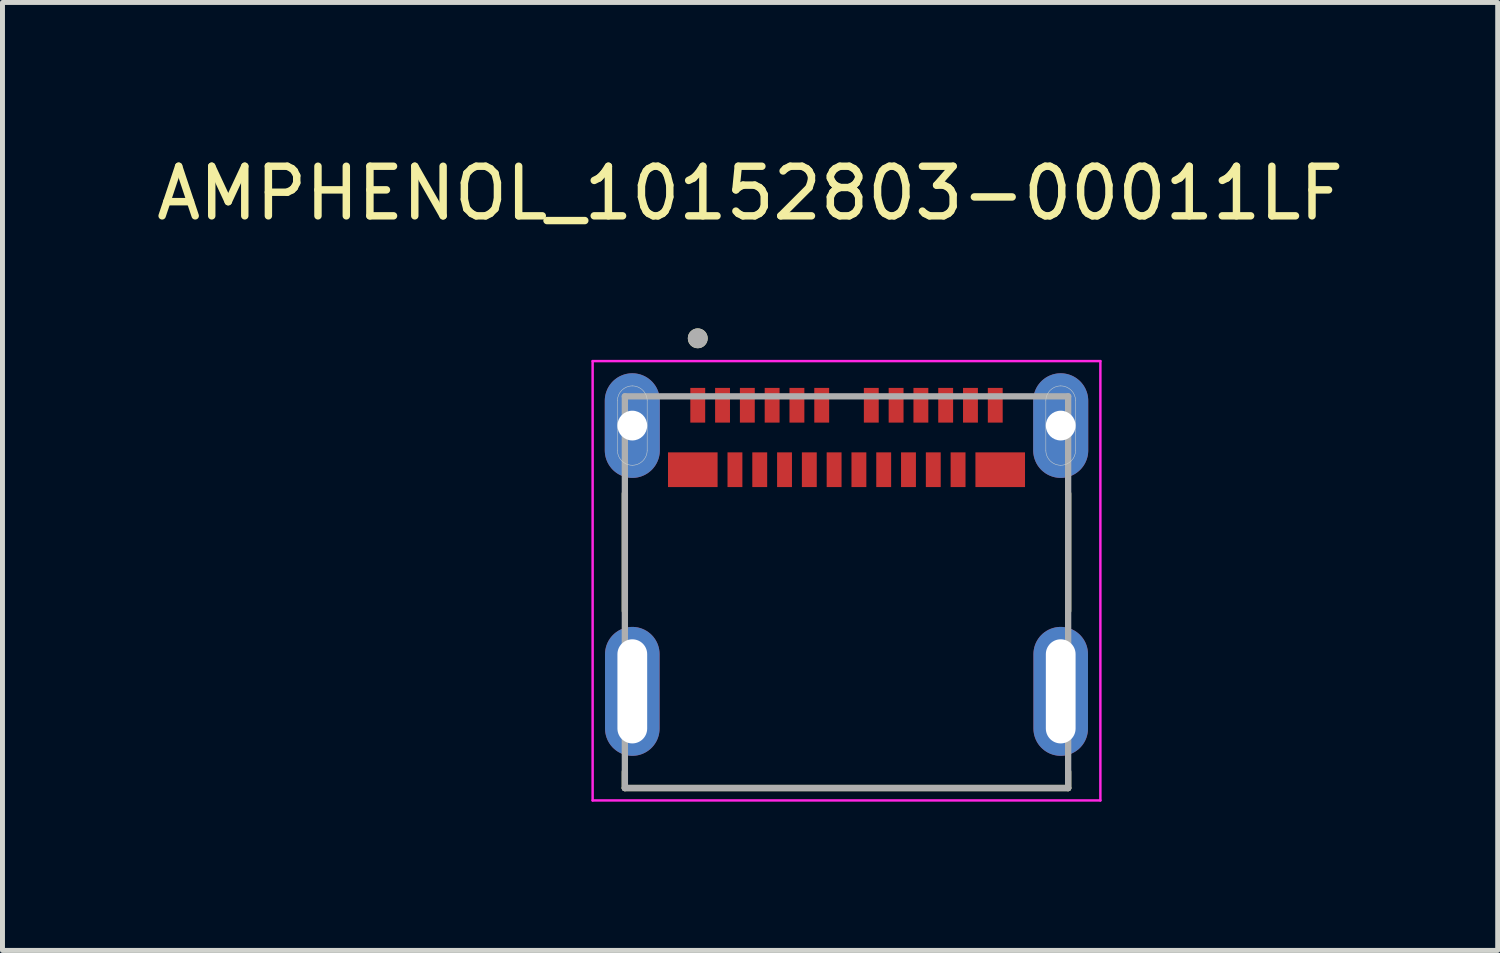
<source format=kicad_pcb>
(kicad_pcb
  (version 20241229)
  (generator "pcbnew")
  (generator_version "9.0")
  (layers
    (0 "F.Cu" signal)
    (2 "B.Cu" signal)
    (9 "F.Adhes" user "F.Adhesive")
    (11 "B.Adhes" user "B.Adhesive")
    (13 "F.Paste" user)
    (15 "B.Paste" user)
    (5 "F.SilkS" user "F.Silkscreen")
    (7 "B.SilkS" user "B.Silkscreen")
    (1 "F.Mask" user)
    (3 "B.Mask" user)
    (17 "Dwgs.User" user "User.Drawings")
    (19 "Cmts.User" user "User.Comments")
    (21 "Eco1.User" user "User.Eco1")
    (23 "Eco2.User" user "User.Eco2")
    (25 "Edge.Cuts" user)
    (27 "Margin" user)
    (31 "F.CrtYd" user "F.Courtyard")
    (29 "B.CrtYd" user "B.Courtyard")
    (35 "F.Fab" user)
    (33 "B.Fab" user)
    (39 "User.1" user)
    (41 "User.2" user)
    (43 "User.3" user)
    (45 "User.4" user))
  (footprint "AMPHENOL_10152803-00011LF"
    (layer "F.Cu")
    (at 14.022 10.893)
    (property "Reference" "AMPHENOL_10152803-00011LF" (at -1.945 -10.045 0) (layer "F.SilkS") (effects (font (size 1 1) (thickness 0.15))))
    (attr smd)
    (fp_poly (pts (xy -3.6 -4.82) (xy -2.6 -4.82) (xy -2.6 -4.12) (xy -3.6 -4.12)) (stroke (width 0.01) (type solid)) (fill yes) (layer "F.Mask"))
    (fp_poly (pts (xy -3.15 -6.12) (xy -2.85 -6.12) (xy -2.85 -5.42) (xy -3.15 -5.42)) (stroke (width 0.01) (type solid)) (fill yes) (layer "F.Mask"))
    (fp_poly (pts (xy -2.65 -6.12) (xy -2.35 -6.12) (xy -2.35 -5.42) (xy -2.65 -5.42)) (stroke (width 0.01) (type solid)) (fill yes) (layer "F.Mask"))
    (fp_poly (pts (xy -2.4 -4.82) (xy -2.1 -4.82) (xy -2.1 -4.12) (xy -2.4 -4.12)) (stroke (width 0.01) (type solid)) (fill yes) (layer "F.Mask"))
    (fp_poly (pts (xy -2.15 -6.12) (xy -1.85 -6.12) (xy -1.85 -5.42) (xy -2.15 -5.42)) (stroke (width 0.01) (type solid)) (fill yes) (layer "F.Mask"))
    (fp_poly (pts (xy -1.9 -4.82) (xy -1.6 -4.82) (xy -1.6 -4.12) (xy -1.9 -4.12)) (stroke (width 0.01) (type solid)) (fill yes) (layer "F.Mask"))
    (fp_poly (pts (xy -1.65 -6.12) (xy -1.35 -6.12) (xy -1.35 -5.42) (xy -1.65 -5.42)) (stroke (width 0.01) (type solid)) (fill yes) (layer "F.Mask"))
    (fp_poly (pts (xy -1.4 -4.82) (xy -1.1 -4.82) (xy -1.1 -4.12) (xy -1.4 -4.12)) (stroke (width 0.01) (type solid)) (fill yes) (layer "F.Mask"))
    (fp_poly (pts (xy -1.15 -6.12) (xy -0.85 -6.12) (xy -0.85 -5.42) (xy -1.15 -5.42)) (stroke (width 0.01) (type solid)) (fill yes) (layer "F.Mask"))
    (fp_poly (pts (xy -0.9 -4.82) (xy -0.6 -4.82) (xy -0.6 -4.12) (xy -0.9 -4.12)) (stroke (width 0.01) (type solid)) (fill yes) (layer "F.Mask"))
    (fp_poly (pts (xy -0.65 -6.12) (xy -0.35 -6.12) (xy -0.35 -5.42) (xy -0.65 -5.42)) (stroke (width 0.01) (type solid)) (fill yes) (layer "F.Mask"))
    (fp_poly (pts (xy -0.4 -4.82) (xy -0.1 -4.82) (xy -0.1 -4.12) (xy -0.4 -4.12)) (stroke (width 0.01) (type solid)) (fill yes) (layer "F.Mask"))
    (fp_poly (pts (xy 0.1 -4.82) (xy 0.4 -4.82) (xy 0.4 -4.12) (xy 0.1 -4.12)) (stroke (width 0.01) (type solid)) (fill yes) (layer "F.Mask"))
    (fp_poly (pts (xy 0.35 -6.12) (xy 0.65 -6.12) (xy 0.65 -5.42) (xy 0.35 -5.42)) (stroke (width 0.01) (type solid)) (fill yes) (layer "F.Mask"))
    (fp_poly (pts (xy 0.6 -4.82) (xy 0.9 -4.82) (xy 0.9 -4.12) (xy 0.6 -4.12)) (stroke (width 0.01) (type solid)) (fill yes) (layer "F.Mask"))
    (fp_poly (pts (xy 0.85 -6.12) (xy 1.15 -6.12) (xy 1.15 -5.42) (xy 0.85 -5.42)) (stroke (width 0.01) (type solid)) (fill yes) (layer "F.Mask"))
    (fp_poly (pts (xy 1.1 -4.82) (xy 1.4 -4.82) (xy 1.4 -4.12) (xy 1.1 -4.12)) (stroke (width 0.01) (type solid)) (fill yes) (layer "F.Mask"))
    (fp_poly (pts (xy 1.35 -6.12) (xy 1.65 -6.12) (xy 1.65 -5.42) (xy 1.35 -5.42)) (stroke (width 0.01) (type solid)) (fill yes) (layer "F.Mask"))
    (fp_poly (pts (xy 1.6 -4.82) (xy 1.9 -4.82) (xy 1.9 -4.12) (xy 1.6 -4.12)) (stroke (width 0.01) (type solid)) (fill yes) (layer "F.Mask"))
    (fp_poly (pts (xy 1.85 -6.12) (xy 2.15 -6.12) (xy 2.15 -5.42) (xy 1.85 -5.42)) (stroke (width 0.01) (type solid)) (fill yes) (layer "F.Mask"))
    (fp_poly (pts (xy 2.1 -4.82) (xy 2.4 -4.82) (xy 2.4 -4.12) (xy 2.1 -4.12)) (stroke (width 0.01) (type solid)) (fill yes) (layer "F.Mask"))
    (fp_poly (pts (xy 2.35 -6.12) (xy 2.65 -6.12) (xy 2.65 -5.42) (xy 2.35 -5.42)) (stroke (width 0.01) (type solid)) (fill yes) (layer "F.Mask"))
    (fp_poly (pts (xy 2.6 -4.82) (xy 3.6 -4.82) (xy 3.6 -4.12) (xy 2.6 -4.12)) (stroke (width 0.01) (type solid)) (fill yes) (layer "F.Mask"))
    (fp_poly (pts (xy 2.85 -6.12) (xy 3.15 -6.12) (xy 3.15 -5.42) (xy 2.85 -5.42)) (stroke (width 0.01) (type solid)) (fill yes) (layer "F.Mask"))
    (fp_poly (pts (xy -4.92 -5.41) (xy -4.92 -5.86) (xy -4.919 -5.891) (xy -4.917 -5.923) (xy -4.913 -5.954) (xy -4.907 -5.985) (xy -4.9 -6.015) (xy -4.891 -6.045) (xy -4.88 -6.075) (xy -4.868 -6.104) (xy -4.855 -6.132) (xy -4.84 -6.16) (xy -4.823 -6.187) (xy -4.805 -6.213) (xy -4.786 -6.238) (xy -4.766 -6.261) (xy -4.744 -6.284) (xy -4.721 -6.306) (xy -4.698 -6.326) (xy -4.673 -6.345) (xy -4.647 -6.363) (xy -4.62 -6.38) (xy -4.592 -6.395) (xy -4.564 -6.408) (xy -4.535 -6.42) (xy -4.505 -6.431) (xy -4.475 -6.44) (xy -4.445 -6.447) (xy -4.414 -6.453) (xy -4.383 -6.457) (xy -4.351 -6.459) (xy -4.32 -6.46) (xy -4.289 -6.459) (xy -4.257 -6.457) (xy -4.226 -6.453) (xy -4.195 -6.447) (xy -4.165 -6.44) (xy -4.135 -6.431) (xy -4.105 -6.42) (xy -4.076 -6.408) (xy -4.048 -6.395) (xy -4.02 -6.38) (xy -3.993 -6.363) (xy -3.967 -6.345) (xy -3.942 -6.326) (xy -3.919 -6.306) (xy -3.896 -6.284) (xy -3.874 -6.261) (xy -3.854 -6.238) (xy -3.835 -6.213) (xy -3.817 -6.187) (xy -3.8 -6.16) (xy -3.785 -6.132) (xy -3.772 -6.104) (xy -3.76 -6.075) (xy -3.749 -6.045) (xy -3.74 -6.015) (xy -3.733 -5.985) (xy -3.727 -5.954) (xy -3.723 -5.923) (xy -3.721 -5.891) (xy -3.72 -5.86) (xy -3.72 -5.36) (xy -3.72 -4.86) (xy -3.721 -4.829) (xy -3.723 -4.797) (xy -3.727 -4.766) (xy -3.733 -4.735) (xy -3.74 -4.705) (xy -3.749 -4.675) (xy -3.76 -4.645) (xy -3.772 -4.616) (xy -3.785 -4.588) (xy -3.8 -4.56) (xy -3.817 -4.533) (xy -3.835 -4.507) (xy -3.854 -4.482) (xy -3.874 -4.459) (xy -3.896 -4.436) (xy -3.919 -4.414) (xy -3.942 -4.394) (xy -3.967 -4.375) (xy -3.993 -4.357) (xy -4.02 -4.34) (xy -4.048 -4.325) (xy -4.076 -4.312) (xy -4.105 -4.3) (xy -4.135 -4.289) (xy -4.165 -4.28) (xy -4.195 -4.273) (xy -4.226 -4.267) (xy -4.257 -4.263) (xy -4.289 -4.261) (xy -4.32 -4.26) (xy -4.351 -4.261) (xy -4.383 -4.263) (xy -4.414 -4.267) (xy -4.445 -4.273) (xy -4.475 -4.28) (xy -4.505 -4.289) (xy -4.535 -4.3) (xy -4.564 -4.312) (xy -4.592 -4.325) (xy -4.62 -4.34) (xy -4.647 -4.357) (xy -4.673 -4.375) (xy -4.698 -4.394) (xy -4.721 -4.414) (xy -4.744 -4.436) (xy -4.766 -4.459) (xy -4.786 -4.482) (xy -4.805 -4.507) (xy -4.823 -4.533) (xy -4.84 -4.56) (xy -4.855 -4.588) (xy -4.868 -4.616) (xy -4.88 -4.645) (xy -4.891 -4.675) (xy -4.9 -4.705) (xy -4.907 -4.735) (xy -4.913 -4.766) (xy -4.917 -4.797) (xy -4.919 -4.829) (xy -4.92 -4.86) (xy -4.92 -5.41)) (stroke (width 0.01) (type solid)) (fill yes) (layer "F.Mask"))
    (fp_poly (pts (xy 3.72 -5.41) (xy 3.72 -5.86) (xy 3.721 -5.891) (xy 3.723 -5.923) (xy 3.727 -5.954) (xy 3.733 -5.985) (xy 3.74 -6.015) (xy 3.749 -6.045) (xy 3.76 -6.075) (xy 3.772 -6.104) (xy 3.785 -6.132) (xy 3.8 -6.16) (xy 3.817 -6.187) (xy 3.835 -6.213) (xy 3.854 -6.238) (xy 3.874 -6.261) (xy 3.896 -6.284) (xy 3.919 -6.306) (xy 3.942 -6.326) (xy 3.967 -6.345) (xy 3.993 -6.363) (xy 4.02 -6.38) (xy 4.048 -6.395) (xy 4.076 -6.408) (xy 4.105 -6.42) (xy 4.135 -6.431) (xy 4.165 -6.44) (xy 4.195 -6.447) (xy 4.226 -6.453) (xy 4.257 -6.457) (xy 4.289 -6.459) (xy 4.32 -6.46) (xy 4.351 -6.459) (xy 4.383 -6.457) (xy 4.414 -6.453) (xy 4.445 -6.447) (xy 4.475 -6.44) (xy 4.505 -6.431) (xy 4.535 -6.42) (xy 4.564 -6.408) (xy 4.592 -6.395) (xy 4.62 -6.38) (xy 4.647 -6.363) (xy 4.673 -6.345) (xy 4.698 -6.326) (xy 4.721 -6.306) (xy 4.744 -6.284) (xy 4.766 -6.261) (xy 4.786 -6.238) (xy 4.805 -6.213) (xy 4.823 -6.187) (xy 4.84 -6.16) (xy 4.855 -6.132) (xy 4.868 -6.104) (xy 4.88 -6.075) (xy 4.891 -6.045) (xy 4.9 -6.015) (xy 4.907 -5.985) (xy 4.913 -5.954) (xy 4.917 -5.923) (xy 4.919 -5.891) (xy 4.92 -5.86) (xy 4.92 -5.36) (xy 4.92 -4.86) (xy 4.919 -4.829) (xy 4.917 -4.797) (xy 4.913 -4.766) (xy 4.907 -4.735) (xy 4.9 -4.705) (xy 4.891 -4.675) (xy 4.88 -4.645) (xy 4.868 -4.616) (xy 4.855 -4.588) (xy 4.84 -4.56) (xy 4.823 -4.533) (xy 4.805 -4.507) (xy 4.786 -4.482) (xy 4.766 -4.459) (xy 4.744 -4.436) (xy 4.721 -4.414) (xy 4.698 -4.394) (xy 4.673 -4.375) (xy 4.647 -4.357) (xy 4.62 -4.34) (xy 4.592 -4.325) (xy 4.564 -4.312) (xy 4.535 -4.3) (xy 4.505 -4.289) (xy 4.475 -4.28) (xy 4.445 -4.273) (xy 4.414 -4.267) (xy 4.383 -4.263) (xy 4.351 -4.261) (xy 4.32 -4.26) (xy 4.289 -4.261) (xy 4.257 -4.263) (xy 4.226 -4.267) (xy 4.195 -4.273) (xy 4.165 -4.28) (xy 4.135 -4.289) (xy 4.105 -4.3) (xy 4.076 -4.312) (xy 4.048 -4.325) (xy 4.02 -4.34) (xy 3.993 -4.357) (xy 3.967 -4.375) (xy 3.942 -4.394) (xy 3.919 -4.414) (xy 3.896 -4.436) (xy 3.874 -4.459) (xy 3.854 -4.482) (xy 3.835 -4.507) (xy 3.817 -4.533) (xy 3.8 -4.56) (xy 3.785 -4.588) (xy 3.772 -4.616) (xy 3.76 -4.645) (xy 3.749 -4.675) (xy 3.74 -4.705) (xy 3.733 -4.735) (xy 3.727 -4.766) (xy 3.723 -4.797) (xy 3.721 -4.829) (xy 3.72 -4.86) (xy 3.72 -5.41)) (stroke (width 0.01) (type solid)) (fill yes) (layer "F.Mask"))
    (fp_poly (pts (xy -4.92 -5.41) (xy -4.92 -5.86) (xy -4.919 -5.891) (xy -4.917 -5.923) (xy -4.913 -5.954) (xy -4.907 -5.985) (xy -4.9 -6.015) (xy -4.891 -6.045) (xy -4.88 -6.075) (xy -4.868 -6.104) (xy -4.855 -6.132) (xy -4.84 -6.16) (xy -4.823 -6.187) (xy -4.805 -6.213) (xy -4.786 -6.238) (xy -4.766 -6.261) (xy -4.744 -6.284) (xy -4.721 -6.306) (xy -4.698 -6.326) (xy -4.673 -6.345) (xy -4.647 -6.363) (xy -4.62 -6.38) (xy -4.592 -6.395) (xy -4.564 -6.408) (xy -4.535 -6.42) (xy -4.505 -6.431) (xy -4.475 -6.44) (xy -4.445 -6.447) (xy -4.414 -6.453) (xy -4.383 -6.457) (xy -4.351 -6.459) (xy -4.32 -6.46) (xy -4.289 -6.459) (xy -4.257 -6.457) (xy -4.226 -6.453) (xy -4.195 -6.447) (xy -4.165 -6.44) (xy -4.135 -6.431) (xy -4.105 -6.42) (xy -4.076 -6.408) (xy -4.048 -6.395) (xy -4.02 -6.38) (xy -3.993 -6.363) (xy -3.967 -6.345) (xy -3.942 -6.326) (xy -3.919 -6.306) (xy -3.896 -6.284) (xy -3.874 -6.261) (xy -3.854 -6.238) (xy -3.835 -6.213) (xy -3.817 -6.187) (xy -3.8 -6.16) (xy -3.785 -6.132) (xy -3.772 -6.104) (xy -3.76 -6.075) (xy -3.749 -6.045) (xy -3.74 -6.015) (xy -3.733 -5.985) (xy -3.727 -5.954) (xy -3.723 -5.923) (xy -3.721 -5.891) (xy -3.72 -5.86) (xy -3.72 -5.36) (xy -3.72 -4.86) (xy -3.721 -4.829) (xy -3.723 -4.797) (xy -3.727 -4.766) (xy -3.733 -4.735) (xy -3.74 -4.705) (xy -3.749 -4.675) (xy -3.76 -4.645) (xy -3.772 -4.616) (xy -3.785 -4.588) (xy -3.8 -4.56) (xy -3.817 -4.533) (xy -3.835 -4.507) (xy -3.854 -4.482) (xy -3.874 -4.459) (xy -3.896 -4.436) (xy -3.919 -4.414) (xy -3.942 -4.394) (xy -3.967 -4.375) (xy -3.993 -4.357) (xy -4.02 -4.34) (xy -4.048 -4.325) (xy -4.076 -4.312) (xy -4.105 -4.3) (xy -4.135 -4.289) (xy -4.165 -4.28) (xy -4.195 -4.273) (xy -4.226 -4.267) (xy -4.257 -4.263) (xy -4.289 -4.261) (xy -4.32 -4.26) (xy -4.351 -4.261) (xy -4.383 -4.263) (xy -4.414 -4.267) (xy -4.445 -4.273) (xy -4.475 -4.28) (xy -4.505 -4.289) (xy -4.535 -4.3) (xy -4.564 -4.312) (xy -4.592 -4.325) (xy -4.62 -4.34) (xy -4.647 -4.357) (xy -4.673 -4.375) (xy -4.698 -4.394) (xy -4.721 -4.414) (xy -4.744 -4.436) (xy -4.766 -4.459) (xy -4.786 -4.482) (xy -4.805 -4.507) (xy -4.823 -4.533) (xy -4.84 -4.56) (xy -4.855 -4.588) (xy -4.868 -4.616) (xy -4.88 -4.645) (xy -4.891 -4.675) (xy -4.9 -4.705) (xy -4.907 -4.735) (xy -4.913 -4.766) (xy -4.917 -4.797) (xy -4.919 -4.829) (xy -4.92 -4.86) (xy -4.92 -5.41)) (stroke (width 0.01) (type solid)) (fill yes) (layer "B.Mask"))
    (fp_poly (pts (xy 3.72 -5.41) (xy 3.72 -5.86) (xy 3.721 -5.891) (xy 3.723 -5.923) (xy 3.727 -5.954) (xy 3.733 -5.985) (xy 3.74 -6.015) (xy 3.749 -6.045) (xy 3.76 -6.075) (xy 3.772 -6.104) (xy 3.785 -6.132) (xy 3.8 -6.16) (xy 3.817 -6.187) (xy 3.835 -6.213) (xy 3.854 -6.238) (xy 3.874 -6.261) (xy 3.896 -6.284) (xy 3.919 -6.306) (xy 3.942 -6.326) (xy 3.967 -6.345) (xy 3.993 -6.363) (xy 4.02 -6.38) (xy 4.048 -6.395) (xy 4.076 -6.408) (xy 4.105 -6.42) (xy 4.135 -6.431) (xy 4.165 -6.44) (xy 4.195 -6.447) (xy 4.226 -6.453) (xy 4.257 -6.457) (xy 4.289 -6.459) (xy 4.32 -6.46) (xy 4.351 -6.459) (xy 4.383 -6.457) (xy 4.414 -6.453) (xy 4.445 -6.447) (xy 4.475 -6.44) (xy 4.505 -6.431) (xy 4.535 -6.42) (xy 4.564 -6.408) (xy 4.592 -6.395) (xy 4.62 -6.38) (xy 4.647 -6.363) (xy 4.673 -6.345) (xy 4.698 -6.326) (xy 4.721 -6.306) (xy 4.744 -6.284) (xy 4.766 -6.261) (xy 4.786 -6.238) (xy 4.805 -6.213) (xy 4.823 -6.187) (xy 4.84 -6.16) (xy 4.855 -6.132) (xy 4.868 -6.104) (xy 4.88 -6.075) (xy 4.891 -6.045) (xy 4.9 -6.015) (xy 4.907 -5.985) (xy 4.913 -5.954) (xy 4.917 -5.923) (xy 4.919 -5.891) (xy 4.92 -5.86) (xy 4.92 -5.36) (xy 4.92 -4.86) (xy 4.919 -4.829) (xy 4.917 -4.797) (xy 4.913 -4.766) (xy 4.907 -4.735) (xy 4.9 -4.705) (xy 4.891 -4.675) (xy 4.88 -4.645) (xy 4.868 -4.616) (xy 4.855 -4.588) (xy 4.84 -4.56) (xy 4.823 -4.533) (xy 4.805 -4.507) (xy 4.786 -4.482) (xy 4.766 -4.459) (xy 4.744 -4.436) (xy 4.721 -4.414) (xy 4.698 -4.394) (xy 4.673 -4.375) (xy 4.647 -4.357) (xy 4.62 -4.34) (xy 4.592 -4.325) (xy 4.564 -4.312) (xy 4.535 -4.3) (xy 4.505 -4.289) (xy 4.475 -4.28) (xy 4.445 -4.273) (xy 4.414 -4.267) (xy 4.383 -4.263) (xy 4.351 -4.261) (xy 4.32 -4.26) (xy 4.289 -4.261) (xy 4.257 -4.263) (xy 4.226 -4.267) (xy 4.195 -4.273) (xy 4.165 -4.28) (xy 4.135 -4.289) (xy 4.105 -4.3) (xy 4.076 -4.312) (xy 4.048 -4.325) (xy 4.02 -4.34) (xy 3.993 -4.357) (xy 3.967 -4.375) (xy 3.942 -4.394) (xy 3.919 -4.414) (xy 3.896 -4.436) (xy 3.874 -4.459) (xy 3.854 -4.482) (xy 3.835 -4.507) (xy 3.817 -4.533) (xy 3.8 -4.56) (xy 3.785 -4.588) (xy 3.772 -4.616) (xy 3.76 -4.645) (xy 3.749 -4.675) (xy 3.74 -4.705) (xy 3.733 -4.735) (xy 3.727 -4.766) (xy 3.723 -4.797) (xy 3.721 -4.829) (xy 3.72 -4.86) (xy 3.72 -5.41)) (stroke (width 0.01) (type solid)) (fill yes) (layer "B.Mask"))
    (fp_line (start -4.47 -3.99) (end -4.47 -1.62) (stroke (width 0.127) (type solid)) (layer "F.SilkS"))
    (fp_line (start -4.47 1.95) (end -4.47 1.62) (stroke (width 0.127) (type solid)) (layer "F.SilkS"))
    (fp_line (start -4.47 1.95) (end 4.47 1.95) (stroke (width 0.127) (type solid)) (layer "F.SilkS"))
    (fp_line (start 4.47 -3.99) (end 4.47 -1.62) (stroke (width 0.127) (type solid)) (layer "F.SilkS"))
    (fp_line (start 4.47 1.95) (end 4.47 1.62) (stroke (width 0.127) (type solid)) (layer "F.SilkS"))
    (fp_circle (center -3 -7.12) (end -2.9 -7.12) (stroke (width 0.2) (type solid)) (fill no) (layer "F.SilkS"))
    (fp_line (start -4.62 -4.86) (end -4.62 -5.86) (stroke (width 0.01) (type solid)) (layer "Edge.Cuts"))
    (fp_line (start -4.02 -5.86) (end -4.02 -4.86) (stroke (width 0.01) (type solid)) (layer "Edge.Cuts"))
    (fp_line (start 4.02 -4.86) (end 4.02 -5.86) (stroke (width 0.01) (type solid)) (layer "Edge.Cuts"))
    (fp_line (start 4.62 -5.86) (end 4.62 -4.86) (stroke (width 0.01) (type solid)) (layer "Edge.Cuts"))
    (fp_arc (start -4.62 -5.86) (mid -4.532132 -6.072132) (end -4.32 -6.16) (stroke (width 0.01) (type solid)) (layer "Edge.Cuts"))
    (fp_arc (start -4.32 -6.16) (mid -4.107868 -6.072132) (end -4.02 -5.86) (stroke (width 0.01) (type solid)) (layer "Edge.Cuts"))
    (fp_arc (start -4.32 -4.56) (mid -4.532132 -4.647868) (end -4.62 -4.86) (stroke (width 0.01) (type solid)) (layer "Edge.Cuts"))
    (fp_arc (start -4.02 -4.86) (mid -4.107868 -4.647868) (end -4.32 -4.56) (stroke (width 0.01) (type solid)) (layer "Edge.Cuts"))
    (fp_arc (start 4.02 -5.86) (mid 4.107868 -6.072132) (end 4.32 -6.16) (stroke (width 0.01) (type solid)) (layer "Edge.Cuts"))
    (fp_arc (start 4.32 -6.16) (mid 4.532132 -6.072132) (end 4.62 -5.86) (stroke (width 0.01) (type solid)) (layer "Edge.Cuts"))
    (fp_arc (start 4.32 -4.56) (mid 4.107868 -4.647868) (end 4.02 -4.86) (stroke (width 0.01) (type solid)) (layer "Edge.Cuts"))
    (fp_arc (start 4.62 -4.86) (mid 4.532132 -4.647868) (end 4.32 -4.56) (stroke (width 0.01) (type solid)) (layer "Edge.Cuts"))
    (fp_line (start -5.12 -6.66) (end -5.12 2.2) (stroke (width 0.05) (type solid)) (layer "F.CrtYd"))
    (fp_line (start -5.12 2.2) (end 5.12 2.2) (stroke (width 0.05) (type solid)) (layer "F.CrtYd"))
    (fp_line (start 5.12 -6.66) (end -5.12 -6.66) (stroke (width 0.05) (type solid)) (layer "F.CrtYd"))
    (fp_line (start 5.12 2.2) (end 5.12 -6.66) (stroke (width 0.05) (type solid)) (layer "F.CrtYd"))
    (fp_line (start -4.47 -5.95) (end -4.47 1.95) (stroke (width 0.127) (type solid)) (layer "F.Fab"))
    (fp_line (start -4.47 1.95) (end 4.47 1.95) (stroke (width 0.127) (type solid)) (layer "F.Fab"))
    (fp_line (start 4.47 -5.95) (end -4.47 -5.95) (stroke (width 0.127) (type solid)) (layer "F.Fab"))
    (fp_line (start 4.47 1.95) (end 4.47 -5.95) (stroke (width 0.127) (type solid)) (layer "F.Fab"))
    (fp_circle (center -3 -7.12) (end -2.9 -7.12) (stroke (width 0.2) (type solid)) (fill no) (layer "F.Fab"))
    (pad "A1" smd rect (at -3 -5.77) (size 0.3 0.7) (layers "F.Cu" "F.Paste"))
    (pad "A2" smd rect (at -2.5 -5.77) (size 0.3 0.7) (layers "F.Cu" "F.Paste"))
    (pad "A3" smd rect (at -2 -5.77) (size 0.3 0.7) (layers "F.Cu" "F.Paste"))
    (pad "A4" smd rect (at -1.5 -5.77) (size 0.3 0.7) (layers "F.Cu" "F.Paste"))
    (pad "A5" smd rect (at -1 -5.77) (size 0.3 0.7) (layers "F.Cu" "F.Paste"))
    (pad "A6" smd rect (at -0.5 -5.77) (size 0.3 0.7) (layers "F.Cu" "F.Paste"))
    (pad "A7" smd rect (at 0.5 -5.77) (size 0.3 0.7) (layers "F.Cu" "F.Paste"))
    (pad "A8" smd rect (at 1 -5.77) (size 0.3 0.7) (layers "F.Cu" "F.Paste"))
    (pad "A9" smd rect (at 1.5 -5.77) (size 0.3 0.7) (layers "F.Cu" "F.Paste"))
    (pad "A10" smd rect (at 2 -5.77) (size 0.3 0.7) (layers "F.Cu" "F.Paste"))
    (pad "A11" smd rect (at 2.5 -5.77) (size 0.3 0.7) (layers "F.Cu" "F.Paste"))
    (pad "A12" smd rect (at 3 -5.77) (size 0.3 0.7) (layers "F.Cu" "F.Paste"))
    (pad "B1" smd rect (at 3.1 -4.47) (size 1 0.7) (layers "F.Cu" "F.Paste"))
    (pad "B2" smd rect (at 2.25 -4.47) (size 0.3 0.7) (layers "F.Cu" "F.Paste"))
    (pad "B3" smd rect (at 1.75 -4.47) (size 0.3 0.7) (layers "F.Cu" "F.Paste"))
    (pad "B4" smd rect (at 1.25 -4.47) (size 0.3 0.7) (layers "F.Cu" "F.Paste"))
    (pad "B5" smd rect (at 0.75 -4.47) (size 0.3 0.7) (layers "F.Cu" "F.Paste"))
    (pad "B6" smd rect (at 0.25 -4.47) (size 0.3 0.7) (layers "F.Cu" "F.Paste"))
    (pad "B7" smd rect (at -0.25 -4.47) (size 0.3 0.7) (layers "F.Cu" "F.Paste"))
    (pad "B8" smd rect (at -0.75 -4.47) (size 0.3 0.7) (layers "F.Cu" "F.Paste"))
    (pad "B9" smd rect (at -1.25 -4.47) (size 0.3 0.7) (layers "F.Cu" "F.Paste"))
    (pad "B10" smd rect (at -1.75 -4.47) (size 0.3 0.7) (layers "F.Cu" "F.Paste"))
    (pad "B11" smd rect (at -2.25 -4.47) (size 0.3 0.7) (layers "F.Cu" "F.Paste"))
    (pad "B12" smd rect (at -3.1 -4.47) (size 1 0.7) (layers "F.Cu" "F.Paste"))
    (pad "S1" thru_hole oval (at -4.32 0) (size 1.1 2.6) (drill oval 0.6 2.1) (layers "*.Cu" "*.Mask"))
    (pad "S2" thru_hole oval (at 4.32 0) (size 1.1 2.6) (drill oval 0.6 2.1) (layers "*.Cu" "*.Mask"))
    (pad "S3" thru_hole custom (at -4.32 -5.36) (size 1.1 1.1) (drill 0.6) (layers "*.Cu") (options (anchor circle)) (primitives (gr_poly (pts (xy -0.55 0) (xy -0.55 -0.5) (xy -0.549 -0.529) (xy -0.547 -0.557) (xy -0.543 -0.586) (xy -0.538 -0.614) (xy -0.531 -0.642) (xy -0.523 -0.67) (xy -0.513 -0.697) (xy -0.502 -0.724) (xy -0.49 -0.75) (xy -0.476 -0.775) (xy -0.461 -0.8) (xy -0.445 -0.823) (xy -0.427 -0.846) (xy -0.409 -0.868) (xy -0.389 -0.889) (xy -0.368 -0.909) (xy -0.346 -0.927) (xy -0.323 -0.945) (xy -0.3 -0.961) (xy -0.275 -0.976) (xy -0.25 -0.99) (xy -0.224 -1.002) (xy -0.197 -1.013) (xy -0.17 -1.023) (xy -0.142 -1.031) (xy -0.114 -1.038) (xy -0.086 -1.043) (xy -0.057 -1.047) (xy -0.029 -1.049) (xy 0 -1.05) (xy 0.029 -1.049) (xy 0.057 -1.047) (xy 0.086 -1.043) (xy 0.114 -1.038) (xy 0.142 -1.031) (xy 0.17 -1.023) (xy 0.197 -1.013) (xy 0.224 -1.002) (xy 0.25 -0.99) (xy 0.275 -0.976) (xy 0.3 -0.961) (xy 0.323 -0.945) (xy 0.346 -0.927) (xy 0.368 -0.909) (xy 0.389 -0.889) (xy 0.409 -0.868) (xy 0.427 -0.846) (xy 0.445 -0.823) (xy 0.461 -0.8) (xy 0.476 -0.775) (xy 0.49 -0.75) (xy 0.502 -0.724) (xy 0.513 -0.697) (xy 0.523 -0.67) (xy 0.531 -0.642) (xy 0.538 -0.614) (xy 0.543 -0.586) (xy 0.547 -0.557) (xy 0.549 -0.529) (xy 0.55 -0.5) (xy 0.55 0) (xy 0.55 0.5) (xy 0.549 0.529) (xy 0.547 0.557) (xy 0.543 0.586) (xy 0.538 0.614) (xy 0.531 0.642) (xy 0.523 0.67) (xy 0.513 0.697) (xy 0.502 0.724) (xy 0.49 0.75) (xy 0.476 0.775) (xy 0.461 0.8) (xy 0.445 0.823) (xy 0.427 0.846) (xy 0.409 0.868) (xy 0.389 0.889) (xy 0.368 0.909) (xy 0.346 0.927) (xy 0.323 0.945) (xy 0.3 0.961) (xy 0.275 0.976) (xy 0.25 0.99) (xy 0.224 1.002) (xy 0.197 1.013) (xy 0.17 1.023) (xy 0.142 1.031) (xy 0.114 1.038) (xy 0.086 1.043) (xy 0.057 1.047) (xy 0.029 1.049) (xy 0 1.05) (xy -0.029 1.049) (xy -0.057 1.047) (xy -0.086 1.043) (xy -0.114 1.038) (xy -0.142 1.031) (xy -0.17 1.023) (xy -0.197 1.013) (xy -0.224 1.002) (xy -0.25 0.99) (xy -0.275 0.976) (xy -0.3 0.961) (xy -0.323 0.945) (xy -0.346 0.927) (xy -0.368 0.909) (xy -0.389 0.889) (xy -0.409 0.868) (xy -0.427 0.846) (xy -0.445 0.823) (xy -0.461 0.8) (xy -0.476 0.775) (xy -0.49 0.75) (xy -0.502 0.724) (xy -0.513 0.697) (xy -0.523 0.67) (xy -0.531 0.642) (xy -0.538 0.614) (xy -0.543 0.586) (xy -0.547 0.557) (xy -0.549 0.529) (xy -0.55 0.5) (xy -0.55 0)) (width 0.01) (fill yes))))
    (pad "S4" thru_hole custom (at 4.32 -5.36) (size 1.1 1.1) (drill 0.6) (layers "*.Cu") (options (anchor circle)) (primitives (gr_poly (pts (xy -0.55 0) (xy -0.55 -0.5) (xy -0.549 -0.529) (xy -0.547 -0.557) (xy -0.543 -0.586) (xy -0.538 -0.614) (xy -0.531 -0.642) (xy -0.523 -0.67) (xy -0.513 -0.697) (xy -0.502 -0.724) (xy -0.49 -0.75) (xy -0.476 -0.775) (xy -0.461 -0.8) (xy -0.445 -0.823) (xy -0.427 -0.846) (xy -0.409 -0.868) (xy -0.389 -0.889) (xy -0.368 -0.909) (xy -0.346 -0.927) (xy -0.323 -0.945) (xy -0.3 -0.961) (xy -0.275 -0.976) (xy -0.25 -0.99) (xy -0.224 -1.002) (xy -0.197 -1.013) (xy -0.17 -1.023) (xy -0.142 -1.031) (xy -0.114 -1.038) (xy -0.086 -1.043) (xy -0.057 -1.047) (xy -0.029 -1.049) (xy 0 -1.05) (xy 0.029 -1.049) (xy 0.057 -1.047) (xy 0.086 -1.043) (xy 0.114 -1.038) (xy 0.142 -1.031) (xy 0.17 -1.023) (xy 0.197 -1.013) (xy 0.224 -1.002) (xy 0.25 -0.99) (xy 0.275 -0.976) (xy 0.3 -0.961) (xy 0.323 -0.945) (xy 0.346 -0.927) (xy 0.368 -0.909) (xy 0.389 -0.889) (xy 0.409 -0.868) (xy 0.427 -0.846) (xy 0.445 -0.823) (xy 0.461 -0.8) (xy 0.476 -0.775) (xy 0.49 -0.75) (xy 0.502 -0.724) (xy 0.513 -0.697) (xy 0.523 -0.67) (xy 0.531 -0.642) (xy 0.538 -0.614) (xy 0.543 -0.586) (xy 0.547 -0.557) (xy 0.549 -0.529) (xy 0.55 -0.5) (xy 0.55 0) (xy 0.55 0.5) (xy 0.549 0.529) (xy 0.547 0.557) (xy 0.543 0.586) (xy 0.538 0.614) (xy 0.531 0.642) (xy 0.523 0.67) (xy 0.513 0.697) (xy 0.502 0.724) (xy 0.49 0.75) (xy 0.476 0.775) (xy 0.461 0.8) (xy 0.445 0.823) (xy 0.427 0.846) (xy 0.409 0.868) (xy 0.389 0.889) (xy 0.368 0.909) (xy 0.346 0.927) (xy 0.323 0.945) (xy 0.3 0.961) (xy 0.275 0.976) (xy 0.25 0.99) (xy 0.224 1.002) (xy 0.197 1.013) (xy 0.17 1.023) (xy 0.142 1.031) (xy 0.114 1.038) (xy 0.086 1.043) (xy 0.057 1.047) (xy 0.029 1.049) (xy 0 1.05) (xy -0.029 1.049) (xy -0.057 1.047) (xy -0.086 1.043) (xy -0.114 1.038) (xy -0.142 1.031) (xy -0.17 1.023) (xy -0.197 1.013) (xy -0.224 1.002) (xy -0.25 0.99) (xy -0.275 0.976) (xy -0.3 0.961) (xy -0.323 0.945) (xy -0.346 0.927) (xy -0.368 0.909) (xy -0.389 0.889) (xy -0.409 0.868) (xy -0.427 0.846) (xy -0.445 0.823) (xy -0.461 0.8) (xy -0.476 0.775) (xy -0.49 0.75) (xy -0.502 0.724) (xy -0.513 0.697) (xy -0.523 0.67) (xy -0.531 0.642) (xy -0.538 0.614) (xy -0.543 0.586) (xy -0.547 0.557) (xy -0.549 0.529) (xy -0.55 0.5) (xy -0.55 0)) (width 0.01) (fill yes))))
    (zone (net_name "") (layer "F.Cu") (hatch full 0.508) (connect_pads) (min_thickness 0.01) (filled_areas_thickness no) (keepout (tracks not_allowed) (vias not_allowed) (pads not_allowed) (copperpour not_allowed) (footprints allowed)) (placement (enabled no)) (fill) (polygon (pts (xy 10.522 7.013) (xy 17.522 7.013) (xy 17.522 12.663) (xy 10.522 12.663))))
    (zone (net_name "") (layers "F.Cu" "B.Cu") (hatch full 0.508) (connect_pads) (min_thickness 0.01) (filled_areas_thickness no) (keepout (tracks allowed) (vias not_allowed) (pads allowed) (copperpour allowed) (footprints allowed)) (placement (enabled no)) (fill) (polygon (pts (xy 10.522 7.013) (xy 17.522 7.013) (xy 17.522 12.663) (xy 10.522 12.663)))))
  (gr_rect
    (start -3 -3)
    (end 27.155 16.118)
    (stroke (width 0.1) (type default))
    (fill no)
    (layer "Edge.Cuts")))
</source>
